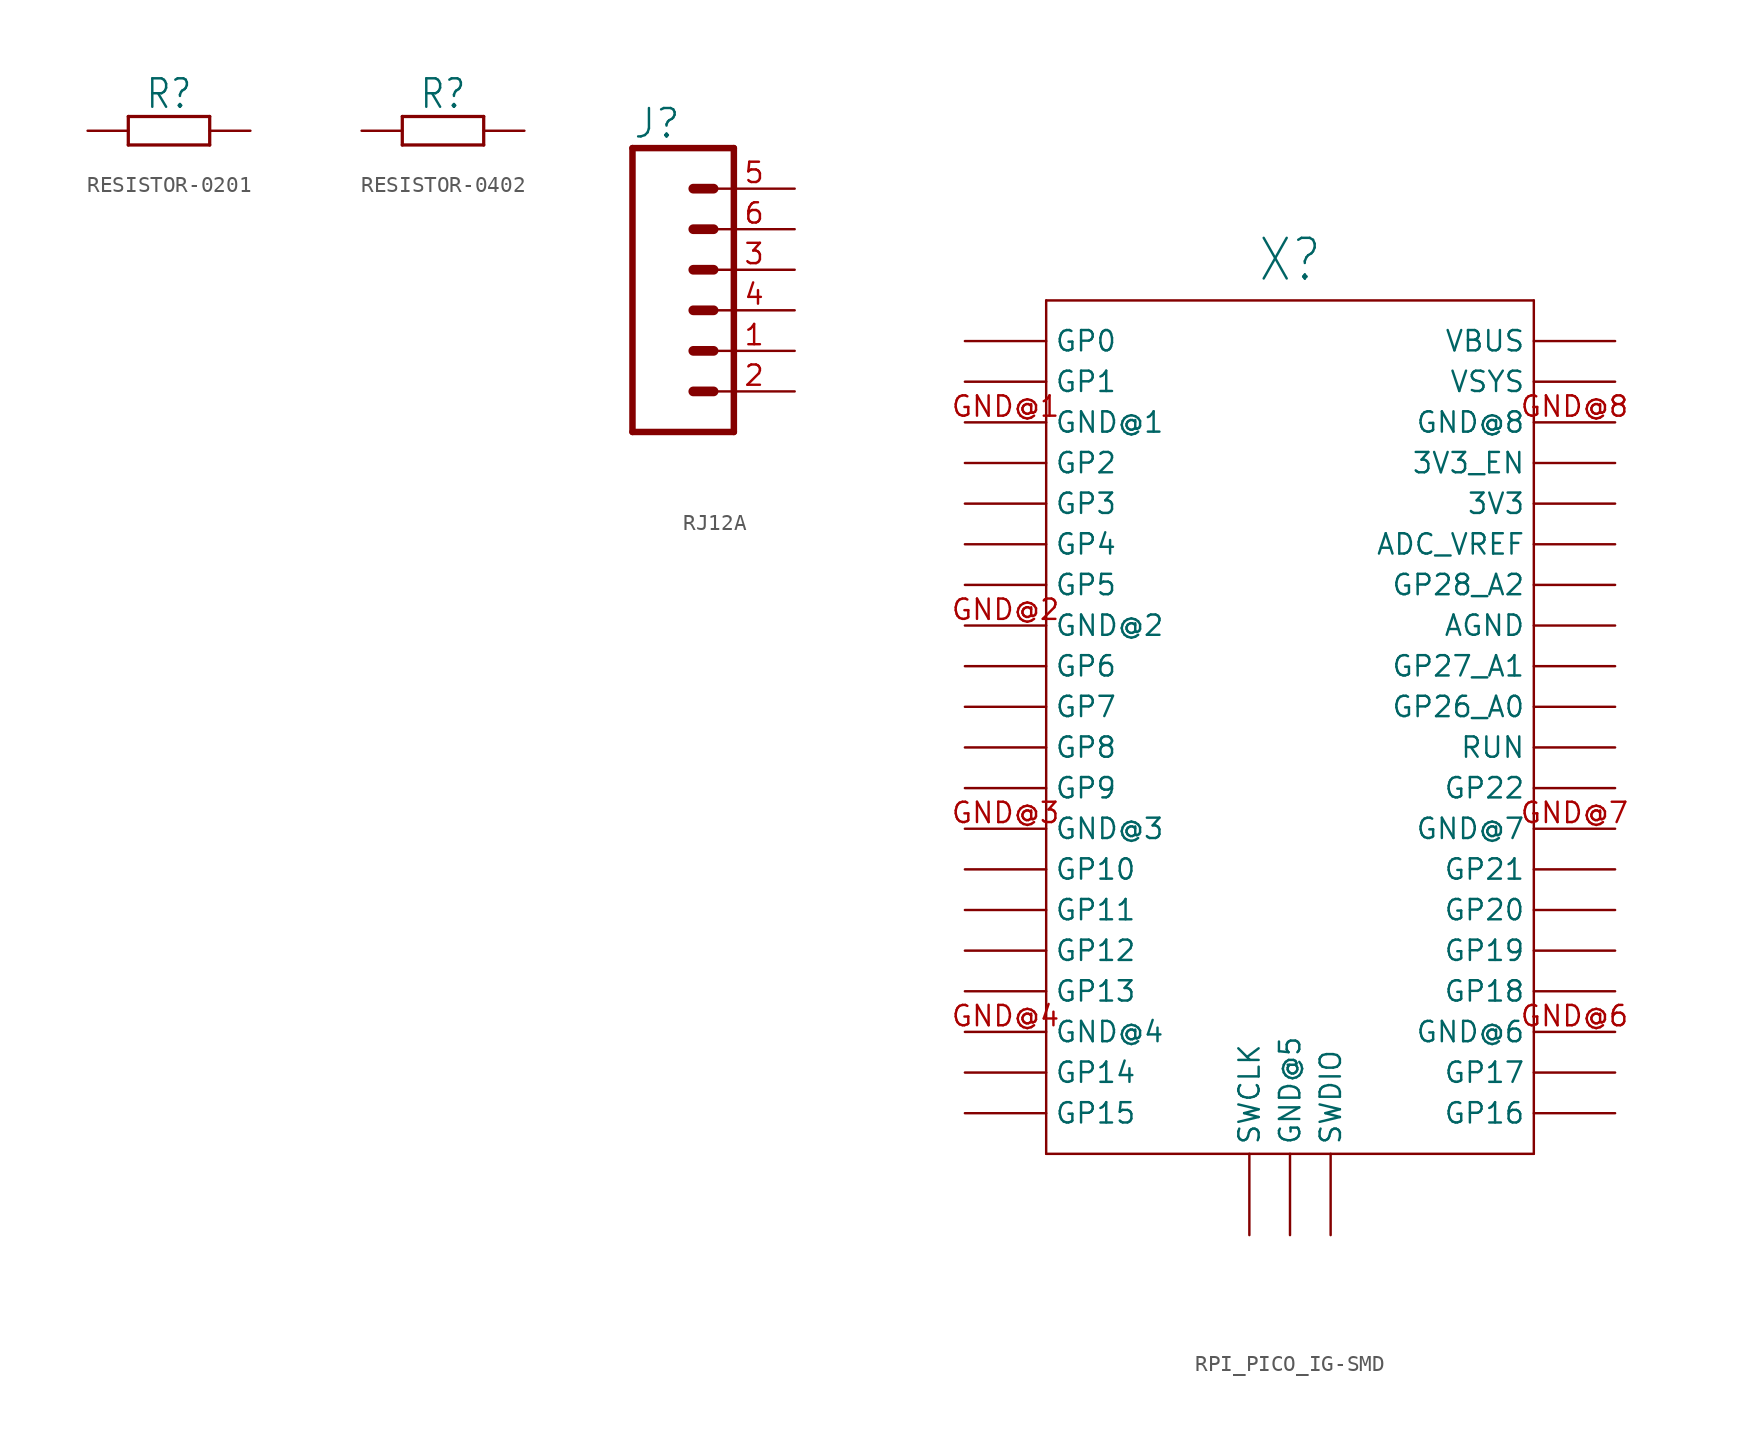
<source format=kicad_sym>
(kicad_symbol_lib
  (version 20220914)
  (generator kicad_symbol_editor)
  (symbol "RESISTOR-0201"
    (property "Reference" "R"
      (at 0 1.27 0)
      (effects (font (size 1.778 1.511)) (justify bottom)))
    (property "Value" ""
      (at 0 -1.27 0)
      (effects (font (size 1.778 1.511)) (justify top)))
    (property "ki_locked" ""
      (at 0 0 0)
      (effects (font (size 1.27 1.27))))
    (symbol "RESISTOR-0201_1_0"
      (polyline (pts (xy -2.54 -0.889) (xy -2.54 0.889)) (stroke (width 0.203) (type solid)) (fill (type none)))
      (polyline (pts (xy -2.54 0.889) (xy 2.54 0.889)) (stroke (width 0.203) (type solid)) (fill (type none)))
      (polyline (pts (xy 2.54 -0.889) (xy -2.54 -0.889)) (stroke (width 0.203) (type solid)) (fill (type none)))
      (polyline (pts (xy 2.54 0.889) (xy 2.54 -0.889)) (stroke (width 0.203) (type solid)) (fill (type none)))
      (pin passive line (at -5.08 0 0) (length 2.54) (name "1" (effects (font (size 0 0)))) (number "1" (effects (font (size 0 0)))))
      (pin passive line (at 5.08 0 180) (length 2.54) (name "2" (effects (font (size 0 0)))) (number "2" (effects (font (size 0 0)))))))
  (symbol "RESISTOR-0402"
    (property "Reference" "R"
      (at 0 1.27 0)
      (effects (font (size 1.778 1.511)) (justify bottom)))
    (property "Value" ""
      (at 0 -1.27 0)
      (effects (font (size 1.778 1.511)) (justify top)))
    (property "ki_locked" ""
      (at 0 0 0)
      (effects (font (size 1.27 1.27))))
    (symbol "RESISTOR-0402_1_0"
      (polyline (pts (xy -2.54 -0.889) (xy -2.54 0.889)) (stroke (width 0.203) (type solid)) (fill (type none)))
      (polyline (pts (xy -2.54 0.889) (xy 2.54 0.889)) (stroke (width 0.203) (type solid)) (fill (type none)))
      (polyline (pts (xy 2.54 -0.889) (xy -2.54 -0.889)) (stroke (width 0.203) (type solid)) (fill (type none)))
      (polyline (pts (xy 2.54 0.889) (xy 2.54 -0.889)) (stroke (width 0.203) (type solid)) (fill (type none)))
      (pin passive line (at -5.08 0 0) (length 2.54) (name "1" (effects (font (size 0 0)))) (number "1" (effects (font (size 0 0)))))
      (pin passive line (at 5.08 0 180) (length 2.54) (name "2" (effects (font (size 0 0)))) (number "2" (effects (font (size 0 0)))))))
  (symbol "RJ12A"
    (property "Reference" "J"
      (at -5.08 10.668 0)
      (effects (font (size 1.778 1.778)) (justify left bottom)))
    (property "Value" ""
      (at -5.08 -9.906 0)
      (effects (font (size 1.778 1.778)) (justify left bottom)))
    (property "ki_locked" ""
      (at 0 0 0)
      (effects (font (size 1.27 1.27))))
    (symbol "RJ12A_1_0"
      (polyline (pts (xy -5.08 10.16) (xy -5.08 -7.62)) (stroke (width 0.406) (type solid)) (fill (type none)))
      (polyline (pts (xy -5.08 10.16) (xy 1.27 10.16)) (stroke (width 0.406) (type solid)) (fill (type none)))
      (polyline (pts (xy -1.27 -5.08) (xy 0 -5.08)) (stroke (width 0.61) (type solid)) (fill (type none)))
      (polyline (pts (xy -1.27 -2.54) (xy 0 -2.54)) (stroke (width 0.61) (type solid)) (fill (type none)))
      (polyline (pts (xy -1.27 0) (xy 0 0)) (stroke (width 0.61) (type solid)) (fill (type none)))
      (polyline (pts (xy -1.27 2.54) (xy 0 2.54)) (stroke (width 0.61) (type solid)) (fill (type none)))
      (polyline (pts (xy -1.27 5.08) (xy 0 5.08)) (stroke (width 0.61) (type solid)) (fill (type none)))
      (polyline (pts (xy -1.27 7.62) (xy 0 7.62)) (stroke (width 0.61) (type solid)) (fill (type none)))
      (polyline (pts (xy 1.27 -7.62) (xy -5.08 -7.62)) (stroke (width 0.406) (type solid)) (fill (type none)))
      (polyline (pts (xy 1.27 -7.62) (xy 1.27 10.16)) (stroke (width 0.406) (type solid)) (fill (type none)))
      (pin passive line (at 5.08 -2.54 180) (length 5.08) (name "2" (effects (font (size 0 0)))) (number "1" (effects (font (size 1.27 1.27)))))
      (pin passive line (at 5.08 -5.08 180) (length 5.08) (name "1" (effects (font (size 0 0)))) (number "2" (effects (font (size 1.27 1.27)))))
      (pin passive line (at 5.08 2.54 180) (length 5.08) (name "4" (effects (font (size 0 0)))) (number "3" (effects (font (size 1.27 1.27)))))
      (pin passive line (at 5.08 0 180) (length 5.08) (name "3" (effects (font (size 0 0)))) (number "4" (effects (font (size 1.27 1.27)))))
      (pin passive line (at 5.08 7.62 180) (length 5.08) (name "5" (effects (font (size 0 0)))) (number "5" (effects (font (size 1.27 1.27)))))
      (pin passive line (at 5.08 5.08 180) (length 5.08) (name "6" (effects (font (size 0 0)))) (number "6" (effects (font (size 1.27 1.27)))))))
  (symbol "RPI_PICO_IG-SMD"
    (property "Reference" "X"
      (at 0 30.48 0)
      (effects (font (size 2.54 2.159))))
    (property "Value" ""
      (at 0 35.56 0)
      (effects (font (size 2.54 2.159))))
    (property "ki_locked" ""
      (at 0 0 0)
      (effects (font (size 1.27 1.27))))
    (symbol "RPI_PICO_IG-SMD_1_0"
      (polyline (pts (xy -15.24 -25.4) (xy 15.24 -25.4)) (stroke (width 0.152) (type solid)) (fill (type none)))
      (polyline (pts (xy -15.24 27.94) (xy -15.24 -25.4)) (stroke (width 0.152) (type solid)) (fill (type none)))
      (polyline (pts (xy 15.24 -25.4) (xy 15.24 27.94)) (stroke (width 0.152) (type solid)) (fill (type none)))
      (polyline (pts (xy 15.24 27.94) (xy -15.24 27.94)) (stroke (width 0.152) (type solid)) (fill (type none)))
      (pin bidirectional line (at 20.32 15.24 180) (length 5.08) (name "3V3" (effects (font (size 1.27 1.27)))) (number "3V3" (effects (font (size 0 0)))))
      (pin bidirectional line (at 20.32 17.78 180) (length 5.08) (name "3V3_EN" (effects (font (size 1.27 1.27)))) (number "3V3_EN" (effects (font (size 0 0)))))
      (pin bidirectional line (at 20.32 12.7 180) (length 5.08) (name "ADC_VREF" (effects (font (size 1.27 1.27)))) (number "ADC_VREF" (effects (font (size 0 0)))))
      (pin bidirectional line (at 20.32 7.62 180) (length 5.08) (name "AGND" (effects (font (size 1.27 1.27)))) (number "AGND" (effects (font (size 0 0)))))
      (pin bidirectional line (at -20.32 20.32 0) (length 5.08) (name "GND@1" (effects (font (size 1.27 1.27)))) (number "GND@1" (effects (font (size 1.27 1.27)))))
      (pin bidirectional line (at -20.32 7.62 0) (length 5.08) (name "GND@2" (effects (font (size 1.27 1.27)))) (number "GND@2" (effects (font (size 1.27 1.27)))))
      (pin bidirectional line (at -20.32 -5.08 0) (length 5.08) (name "GND@3" (effects (font (size 1.27 1.27)))) (number "GND@3" (effects (font (size 1.27 1.27)))))
      (pin bidirectional line (at -20.32 -17.78 0) (length 5.08) (name "GND@4" (effects (font (size 1.27 1.27)))) (number "GND@4" (effects (font (size 1.27 1.27)))))
      (pin bidirectional line (at 0 -30.48 90) (length 5.08) (name "GND@5" (effects (font (size 1.27 1.27)))) (number "GND@5" (effects (font (size 0 0)))))
      (pin bidirectional line (at 20.32 -17.78 180) (length 5.08) (name "GND@6" (effects (font (size 1.27 1.27)))) (number "GND@6" (effects (font (size 1.27 1.27)))))
      (pin bidirectional line (at 20.32 -5.08 180) (length 5.08) (name "GND@7" (effects (font (size 1.27 1.27)))) (number "GND@7" (effects (font (size 1.27 1.27)))))
      (pin bidirectional line (at 20.32 20.32 180) (length 5.08) (name "GND@8" (effects (font (size 1.27 1.27)))) (number "GND@8" (effects (font (size 1.27 1.27)))))
      (pin bidirectional line (at -20.32 25.4 0) (length 5.08) (name "GP0" (effects (font (size 1.27 1.27)))) (number "GP0" (effects (font (size 0 0)))))
      (pin bidirectional line (at -20.32 22.86 0) (length 5.08) (name "GP1" (effects (font (size 1.27 1.27)))) (number "GP1" (effects (font (size 0 0)))))
      (pin bidirectional line (at -20.32 -7.62 0) (length 5.08) (name "GP10" (effects (font (size 1.27 1.27)))) (number "GP10" (effects (font (size 0 0)))))
      (pin bidirectional line (at -20.32 -10.16 0) (length 5.08) (name "GP11" (effects (font (size 1.27 1.27)))) (number "GP11" (effects (font (size 0 0)))))
      (pin bidirectional line (at -20.32 -12.7 0) (length 5.08) (name "GP12" (effects (font (size 1.27 1.27)))) (number "GP12" (effects (font (size 0 0)))))
      (pin bidirectional line (at -20.32 -15.24 0) (length 5.08) (name "GP13" (effects (font (size 1.27 1.27)))) (number "GP13" (effects (font (size 0 0)))))
      (pin bidirectional line (at -20.32 -20.32 0) (length 5.08) (name "GP14" (effects (font (size 1.27 1.27)))) (number "GP14" (effects (font (size 0 0)))))
      (pin bidirectional line (at -20.32 -22.86 0) (length 5.08) (name "GP15" (effects (font (size 1.27 1.27)))) (number "GP15" (effects (font (size 0 0)))))
      (pin bidirectional line (at 20.32 -22.86 180) (length 5.08) (name "GP16" (effects (font (size 1.27 1.27)))) (number "GP16" (effects (font (size 0 0)))))
      (pin bidirectional line (at 20.32 -20.32 180) (length 5.08) (name "GP17" (effects (font (size 1.27 1.27)))) (number "GP17" (effects (font (size 0 0)))))
      (pin bidirectional line (at 20.32 -15.24 180) (length 5.08) (name "GP18" (effects (font (size 1.27 1.27)))) (number "GP18" (effects (font (size 0 0)))))
      (pin bidirectional line (at 20.32 -12.7 180) (length 5.08) (name "GP19" (effects (font (size 1.27 1.27)))) (number "GP19" (effects (font (size 0 0)))))
      (pin bidirectional line (at -20.32 17.78 0) (length 5.08) (name "GP2" (effects (font (size 1.27 1.27)))) (number "GP2" (effects (font (size 0 0)))))
      (pin bidirectional line (at 20.32 -10.16 180) (length 5.08) (name "GP20" (effects (font (size 1.27 1.27)))) (number "GP20" (effects (font (size 0 0)))))
      (pin bidirectional line (at 20.32 -7.62 180) (length 5.08) (name "GP21" (effects (font (size 1.27 1.27)))) (number "GP21" (effects (font (size 0 0)))))
      (pin bidirectional line (at 20.32 -2.54 180) (length 5.08) (name "GP22" (effects (font (size 1.27 1.27)))) (number "GP22" (effects (font (size 0 0)))))
      (pin bidirectional line (at 20.32 2.54 180) (length 5.08) (name "GP26_A0" (effects (font (size 1.27 1.27)))) (number "GP26_A0" (effects (font (size 0 0)))))
      (pin bidirectional line (at 20.32 5.08 180) (length 5.08) (name "GP27_A1" (effects (font (size 1.27 1.27)))) (number "GP27_A1" (effects (font (size 0 0)))))
      (pin bidirectional line (at 20.32 10.16 180) (length 5.08) (name "GP28_A2" (effects (font (size 1.27 1.27)))) (number "GP28_A2" (effects (font (size 0 0)))))
      (pin bidirectional line (at -20.32 15.24 0) (length 5.08) (name "GP3" (effects (font (size 1.27 1.27)))) (number "GP3" (effects (font (size 0 0)))))
      (pin bidirectional line (at -20.32 12.7 0) (length 5.08) (name "GP4" (effects (font (size 1.27 1.27)))) (number "GP4" (effects (font (size 0 0)))))
      (pin bidirectional line (at -20.32 10.16 0) (length 5.08) (name "GP5" (effects (font (size 1.27 1.27)))) (number "GP5" (effects (font (size 0 0)))))
      (pin bidirectional line (at -20.32 5.08 0) (length 5.08) (name "GP6" (effects (font (size 1.27 1.27)))) (number "GP6" (effects (font (size 0 0)))))
      (pin bidirectional line (at -20.32 2.54 0) (length 5.08) (name "GP7" (effects (font (size 1.27 1.27)))) (number "GP7" (effects (font (size 0 0)))))
      (pin bidirectional line (at -20.32 0 0) (length 5.08) (name "GP8" (effects (font (size 1.27 1.27)))) (number "GP8" (effects (font (size 0 0)))))
      (pin bidirectional line (at -20.32 -2.54 0) (length 5.08) (name "GP9" (effects (font (size 1.27 1.27)))) (number "GP9" (effects (font (size 0 0)))))
      (pin bidirectional line (at 20.32 0 180) (length 5.08) (name "RUN" (effects (font (size 1.27 1.27)))) (number "RUN" (effects (font (size 0 0)))))
      (pin bidirectional line (at -2.54 -30.48 90) (length 5.08) (name "SWCLK" (effects (font (size 1.27 1.27)))) (number "SWCLK" (effects (font (size 0 0)))))
      (pin bidirectional line (at 2.54 -30.48 90) (length 5.08) (name "SWDIO" (effects (font (size 1.27 1.27)))) (number "SWDIO" (effects (font (size 0 0)))))
      (pin bidirectional line (at 20.32 25.4 180) (length 5.08) (name "VBUS" (effects (font (size 1.27 1.27)))) (number "VBUS" (effects (font (size 0 0)))))
      (pin bidirectional line (at 20.32 22.86 180) (length 5.08) (name "VSYS" (effects (font (size 1.27 1.27)))) (number "VSYS" (effects (font (size 0 0))))))))
</source>
